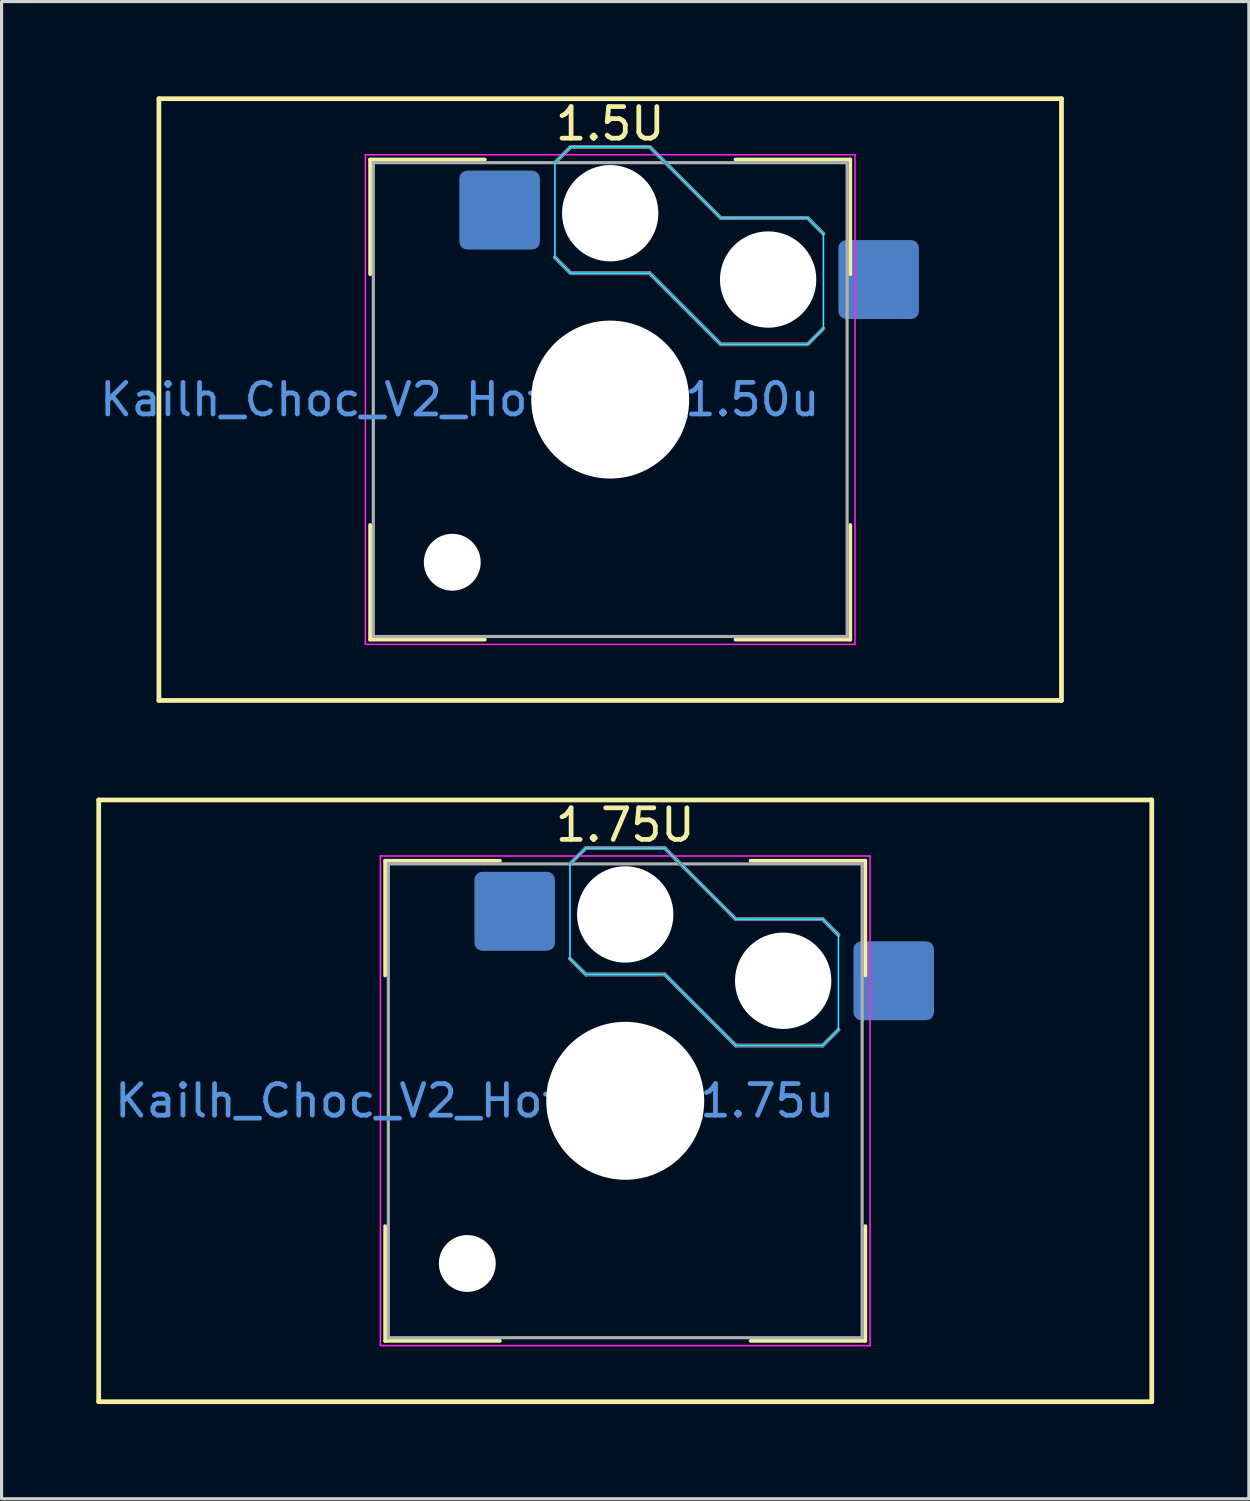
<source format=kicad_pcb>
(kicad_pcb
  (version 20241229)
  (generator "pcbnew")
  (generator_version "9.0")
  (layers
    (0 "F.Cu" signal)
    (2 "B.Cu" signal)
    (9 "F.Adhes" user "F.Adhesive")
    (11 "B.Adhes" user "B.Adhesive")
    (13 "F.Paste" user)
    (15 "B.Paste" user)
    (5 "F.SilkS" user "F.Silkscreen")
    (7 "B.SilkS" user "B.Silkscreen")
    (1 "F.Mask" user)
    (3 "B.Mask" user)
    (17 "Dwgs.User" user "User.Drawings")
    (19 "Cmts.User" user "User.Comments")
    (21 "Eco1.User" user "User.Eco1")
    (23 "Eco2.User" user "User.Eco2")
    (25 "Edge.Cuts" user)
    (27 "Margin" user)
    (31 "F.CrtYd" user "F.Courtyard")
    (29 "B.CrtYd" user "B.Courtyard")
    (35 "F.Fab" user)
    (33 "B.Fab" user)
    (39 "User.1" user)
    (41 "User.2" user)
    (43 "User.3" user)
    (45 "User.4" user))
  (footprint "Kailh_Choc_V2_Hotswap_1.50u"
    (layer "F.Cu")
    (at 16.268 9.6)
    (property "Reference" "Kailh_Choc_V2_Hotswap_1.50u" (at -4.763 0 0) (layer "Cmts.User") (effects (font (size 1 1) (thickness 0.15))))
    (attr smd)
    (fp_line (start -14.287 -9.525) (end 14.287 -9.525) (stroke (width 0.15) (type solid)) (layer "F.SilkS"))
    (fp_line (start -14.287 9.525) (end -14.287 -9.525) (stroke (width 0.15) (type solid)) (layer "F.SilkS"))
    (fp_line (start -7.6 -3.969) (end -7.6 -7.6) (stroke (width 0.12) (type solid)) (layer "F.SilkS"))
    (fp_line (start -7.6 7.6) (end -7.6 3.969) (stroke (width 0.12) (type solid)) (layer "F.SilkS"))
    (fp_line (start -3.969 -7.6) (end -7.6 -7.6) (stroke (width 0.12) (type solid)) (layer "F.SilkS"))
    (fp_line (start -3.969 7.6) (end -7.6 7.6) (stroke (width 0.12) (type solid)) (layer "F.SilkS"))
    (fp_line (start 7.6 -7.6) (end 3.969 -7.6) (stroke (width 0.12) (type solid)) (layer "F.SilkS"))
    (fp_line (start 7.6 -3.969) (end 7.6 -7.6) (stroke (width 0.12) (type solid)) (layer "F.SilkS"))
    (fp_line (start 7.6 7.6) (end 3.969 7.6) (stroke (width 0.12) (type solid)) (layer "F.SilkS"))
    (fp_line (start 7.6 7.6) (end 7.6 3.969) (stroke (width 0.12) (type solid)) (layer "F.SilkS"))
    (fp_line (start 14.287 -9.525) (end 14.287 9.525) (stroke (width 0.15) (type solid)) (layer "F.SilkS"))
    (fp_line (start 14.287 9.525) (end -14.287 9.525) (stroke (width 0.15) (type solid)) (layer "F.SilkS"))
    (fp_line (start -1.75 -7.5) (end -1.25 -8) (stroke (width 0.12) (type solid)) (layer "B.SilkS"))
    (fp_line (start -1.25 -8) (end 1.25 -8) (stroke (width 0.12) (type solid)) (layer "B.SilkS"))
    (fp_line (start -1.25 -4) (end -1.75 -4.5) (stroke (width 0.12) (type solid)) (layer "B.SilkS"))
    (fp_line (start 1.25 -8) (end 3.5 -5.75) (stroke (width 0.12) (type solid)) (layer "B.SilkS"))
    (fp_line (start 1.25 -4) (end -1.25 -4) (stroke (width 0.12) (type solid)) (layer "B.SilkS"))
    (fp_line (start 3.5 -5.75) (end 6.25 -5.75) (stroke (width 0.12) (type solid)) (layer "B.SilkS"))
    (fp_line (start 3.5 -1.75) (end 1.25 -4) (stroke (width 0.12) (type solid)) (layer "B.SilkS"))
    (fp_line (start 6.25 -5.75) (end 6.75 -5.25) (stroke (width 0.12) (type solid)) (layer "B.SilkS"))
    (fp_line (start 6.25 -1.75) (end 3.5 -1.75) (stroke (width 0.12) (type solid)) (layer "B.SilkS"))
    (fp_line (start 6.75 -2.25) (end 6.25 -1.75) (stroke (width 0.12) (type solid)) (layer "B.SilkS"))
    (fp_line (start -7.25 -7.25) (end -7.25 7.25) (stroke (width 0.1) (type solid)) (layer "Eco1.User"))
    (fp_line (start -7.25 7.25) (end 7.25 7.25) (stroke (width 0.1) (type solid)) (layer "Eco1.User"))
    (fp_line (start 7.25 -7.25) (end -7.25 -7.25) (stroke (width 0.1) (type solid)) (layer "Eco1.User"))
    (fp_line (start 7.25 7.25) (end 7.25 -7.25) (stroke (width 0.1) (type solid)) (layer "Eco1.User"))
    (fp_line (start -1.75 -7.5) (end -1.25 -8) (stroke (width 0.05) (type solid)) (layer "B.CrtYd"))
    (fp_line (start -1.75 -4.5) (end -1.75 -7.5) (stroke (width 0.05) (type solid)) (layer "B.CrtYd"))
    (fp_line (start -1.25 -8) (end 1.25 -8) (stroke (width 0.05) (type solid)) (layer "B.CrtYd"))
    (fp_line (start -1.25 -4) (end -1.75 -4.5) (stroke (width 0.05) (type solid)) (layer "B.CrtYd"))
    (fp_line (start 1.25 -8) (end 3.5 -5.75) (stroke (width 0.05) (type solid)) (layer "B.CrtYd"))
    (fp_line (start 1.25 -4) (end -1.25 -4) (stroke (width 0.05) (type solid)) (layer "B.CrtYd"))
    (fp_line (start 3.5 -5.75) (end 6.25 -5.75) (stroke (width 0.05) (type solid)) (layer "B.CrtYd"))
    (fp_line (start 3.5 -1.75) (end 1.25 -4) (stroke (width 0.05) (type solid)) (layer "B.CrtYd"))
    (fp_line (start 6.25 -5.75) (end 6.75 -5.25) (stroke (width 0.05) (type solid)) (layer "B.CrtYd"))
    (fp_line (start 6.25 -1.75) (end 3.5 -1.75) (stroke (width 0.05) (type solid)) (layer "B.CrtYd"))
    (fp_line (start 6.75 -5.25) (end 6.75 -2.25) (stroke (width 0.05) (type solid)) (layer "B.CrtYd"))
    (fp_line (start 6.75 -2.25) (end 6.25 -1.75) (stroke (width 0.05) (type solid)) (layer "B.CrtYd"))
    (fp_line (start -7.75 -7.75) (end -7.75 7.75) (stroke (width 0.05) (type solid)) (layer "F.CrtYd"))
    (fp_line (start -7.75 7.75) (end 7.75 7.75) (stroke (width 0.05) (type solid)) (layer "F.CrtYd"))
    (fp_line (start 7.75 -7.75) (end -7.75 -7.75) (stroke (width 0.05) (type solid)) (layer "F.CrtYd"))
    (fp_line (start 7.75 7.75) (end 7.75 -7.75) (stroke (width 0.05) (type solid)) (layer "F.CrtYd"))
    (fp_line (start -1.75 -7.5) (end -1.25 -8) (stroke (width 0.1) (type solid)) (layer "B.Fab"))
    (fp_line (start -1.25 -8) (end 1.25 -8) (stroke (width 0.1) (type solid)) (layer "B.Fab"))
    (fp_line (start -1.25 -4) (end -1.75 -4.5) (stroke (width 0.1) (type solid)) (layer "B.Fab"))
    (fp_line (start 1.25 -8) (end 3.5 -5.75) (stroke (width 0.1) (type solid)) (layer "B.Fab"))
    (fp_line (start 1.25 -4) (end -1.25 -4) (stroke (width 0.1) (type solid)) (layer "B.Fab"))
    (fp_line (start 3.5 -5.75) (end 6.25 -5.75) (stroke (width 0.1) (type solid)) (layer "B.Fab"))
    (fp_line (start 3.5 -1.75) (end 1.25 -4) (stroke (width 0.1) (type solid)) (layer "B.Fab"))
    (fp_line (start 6.25 -5.75) (end 6.75 -5.25) (stroke (width 0.1) (type solid)) (layer "B.Fab"))
    (fp_line (start 6.25 -1.75) (end 3.5 -1.75) (stroke (width 0.1) (type solid)) (layer "B.Fab"))
    (fp_line (start 6.75 -2.25) (end 6.25 -1.75) (stroke (width 0.1) (type solid)) (layer "B.Fab"))
    (fp_line (start -7.5 -7.5) (end -7.5 7.5) (stroke (width 0.1) (type solid)) (layer "F.Fab"))
    (fp_line (start -7.5 7.5) (end 7.5 7.5) (stroke (width 0.1) (type solid)) (layer "F.Fab"))
    (fp_line (start 7.5 -7.5) (end -7.5 -7.5) (stroke (width 0.1) (type solid)) (layer "F.Fab"))
    (fp_line (start 7.5 7.5) (end 7.5 -7.5) (stroke (width 0.1) (type solid)) (layer "F.Fab"))
    (fp_text user "1.5U" (at 0 -8.731 0) (unlocked yes) (layer "F.SilkS") (effects (font (size 1 1) (thickness 0.15))))
    (pad "" np_thru_hole circle (at -5 5.15) (size 1.8 1.8) (drill 1.8) (layers "*.Cu" "*.Mask"))
    (pad "" np_thru_hole circle (at 0 -5.9) (size 3.05 3.05) (drill 3.05) (layers "*.Cu" "*.Mask"))
    (pad "" np_thru_hole circle (at 0 0) (size 5 5) (drill 5) (layers "*.Cu" "*.Mask"))
    (pad "" np_thru_hole circle (at 5 -3.8) (size 3.05 3.05) (drill 3.05) (layers "*.Cu" "*.Mask"))
    (pad "1" smd roundrect (at -3.5 -6) (size 2.55 2.5) (layers "B.Cu" "B.Mask" "B.Paste") (roundrect_rratio 0.1))
    (pad "2" smd roundrect (at 8.5 -3.8) (size 2.55 2.5) (layers "B.Cu" "B.Mask" "B.Paste") (roundrect_rratio 0.1)))
  (footprint "Kailh_Choc_V2_Hotswap_1.75u"
    (layer "F.Cu")
    (at 16.744 31.8)
    (property "Reference" "Kailh_Choc_V2_Hotswap_1.75u" (at -4.763 0 0) (layer "Cmts.User") (effects (font (size 1 1) (thickness 0.15))))
    (attr smd)
    (fp_line (start -16.669 -9.525) (end 16.669 -9.525) (stroke (width 0.15) (type solid)) (layer "F.SilkS"))
    (fp_line (start -16.669 9.525) (end -16.669 -9.525) (stroke (width 0.15) (type solid)) (layer "F.SilkS"))
    (fp_line (start -7.6 -3.969) (end -7.6 -7.6) (stroke (width 0.12) (type solid)) (layer "F.SilkS"))
    (fp_line (start -7.6 7.6) (end -7.6 3.969) (stroke (width 0.12) (type solid)) (layer "F.SilkS"))
    (fp_line (start -3.969 -7.6) (end -7.6 -7.6) (stroke (width 0.12) (type solid)) (layer "F.SilkS"))
    (fp_line (start -3.969 7.6) (end -7.6 7.6) (stroke (width 0.12) (type solid)) (layer "F.SilkS"))
    (fp_line (start 7.6 -7.6) (end 3.969 -7.6) (stroke (width 0.12) (type solid)) (layer "F.SilkS"))
    (fp_line (start 7.6 -3.969) (end 7.6 -7.6) (stroke (width 0.12) (type solid)) (layer "F.SilkS"))
    (fp_line (start 7.6 7.6) (end 3.969 7.6) (stroke (width 0.12) (type solid)) (layer "F.SilkS"))
    (fp_line (start 7.6 7.6) (end 7.6 3.969) (stroke (width 0.12) (type solid)) (layer "F.SilkS"))
    (fp_line (start 16.669 -9.525) (end 16.669 9.525) (stroke (width 0.15) (type solid)) (layer "F.SilkS"))
    (fp_line (start 16.669 9.525) (end -16.669 9.525) (stroke (width 0.15) (type solid)) (layer "F.SilkS"))
    (fp_line (start -1.75 -7.5) (end -1.25 -8) (stroke (width 0.12) (type solid)) (layer "B.SilkS"))
    (fp_line (start -1.25 -8) (end 1.25 -8) (stroke (width 0.12) (type solid)) (layer "B.SilkS"))
    (fp_line (start -1.25 -4) (end -1.75 -4.5) (stroke (width 0.12) (type solid)) (layer "B.SilkS"))
    (fp_line (start 1.25 -8) (end 3.5 -5.75) (stroke (width 0.12) (type solid)) (layer "B.SilkS"))
    (fp_line (start 1.25 -4) (end -1.25 -4) (stroke (width 0.12) (type solid)) (layer "B.SilkS"))
    (fp_line (start 3.5 -5.75) (end 6.25 -5.75) (stroke (width 0.12) (type solid)) (layer "B.SilkS"))
    (fp_line (start 3.5 -1.75) (end 1.25 -4) (stroke (width 0.12) (type solid)) (layer "B.SilkS"))
    (fp_line (start 6.25 -5.75) (end 6.75 -5.25) (stroke (width 0.12) (type solid)) (layer "B.SilkS"))
    (fp_line (start 6.25 -1.75) (end 3.5 -1.75) (stroke (width 0.12) (type solid)) (layer "B.SilkS"))
    (fp_line (start 6.75 -2.25) (end 6.25 -1.75) (stroke (width 0.12) (type solid)) (layer "B.SilkS"))
    (fp_line (start -7.25 -7.25) (end -7.25 7.25) (stroke (width 0.1) (type solid)) (layer "Eco1.User"))
    (fp_line (start -7.25 7.25) (end 7.25 7.25) (stroke (width 0.1) (type solid)) (layer "Eco1.User"))
    (fp_line (start 7.25 -7.25) (end -7.25 -7.25) (stroke (width 0.1) (type solid)) (layer "Eco1.User"))
    (fp_line (start 7.25 7.25) (end 7.25 -7.25) (stroke (width 0.1) (type solid)) (layer "Eco1.User"))
    (fp_line (start -1.75 -7.5) (end -1.25 -8) (stroke (width 0.05) (type solid)) (layer "B.CrtYd"))
    (fp_line (start -1.75 -4.5) (end -1.75 -7.5) (stroke (width 0.05) (type solid)) (layer "B.CrtYd"))
    (fp_line (start -1.25 -8) (end 1.25 -8) (stroke (width 0.05) (type solid)) (layer "B.CrtYd"))
    (fp_line (start -1.25 -4) (end -1.75 -4.5) (stroke (width 0.05) (type solid)) (layer "B.CrtYd"))
    (fp_line (start 1.25 -8) (end 3.5 -5.75) (stroke (width 0.05) (type solid)) (layer "B.CrtYd"))
    (fp_line (start 1.25 -4) (end -1.25 -4) (stroke (width 0.05) (type solid)) (layer "B.CrtYd"))
    (fp_line (start 3.5 -5.75) (end 6.25 -5.75) (stroke (width 0.05) (type solid)) (layer "B.CrtYd"))
    (fp_line (start 3.5 -1.75) (end 1.25 -4) (stroke (width 0.05) (type solid)) (layer "B.CrtYd"))
    (fp_line (start 6.25 -5.75) (end 6.75 -5.25) (stroke (width 0.05) (type solid)) (layer "B.CrtYd"))
    (fp_line (start 6.25 -1.75) (end 3.5 -1.75) (stroke (width 0.05) (type solid)) (layer "B.CrtYd"))
    (fp_line (start 6.75 -5.25) (end 6.75 -2.25) (stroke (width 0.05) (type solid)) (layer "B.CrtYd"))
    (fp_line (start 6.75 -2.25) (end 6.25 -1.75) (stroke (width 0.05) (type solid)) (layer "B.CrtYd"))
    (fp_line (start -7.75 -7.75) (end -7.75 7.75) (stroke (width 0.05) (type solid)) (layer "F.CrtYd"))
    (fp_line (start -7.75 7.75) (end 7.75 7.75) (stroke (width 0.05) (type solid)) (layer "F.CrtYd"))
    (fp_line (start 7.75 -7.75) (end -7.75 -7.75) (stroke (width 0.05) (type solid)) (layer "F.CrtYd"))
    (fp_line (start 7.75 7.75) (end 7.75 -7.75) (stroke (width 0.05) (type solid)) (layer "F.CrtYd"))
    (fp_line (start -1.75 -7.5) (end -1.25 -8) (stroke (width 0.1) (type solid)) (layer "B.Fab"))
    (fp_line (start -1.25 -8) (end 1.25 -8) (stroke (width 0.1) (type solid)) (layer "B.Fab"))
    (fp_line (start -1.25 -4) (end -1.75 -4.5) (stroke (width 0.1) (type solid)) (layer "B.Fab"))
    (fp_line (start 1.25 -8) (end 3.5 -5.75) (stroke (width 0.1) (type solid)) (layer "B.Fab"))
    (fp_line (start 1.25 -4) (end -1.25 -4) (stroke (width 0.1) (type solid)) (layer "B.Fab"))
    (fp_line (start 3.5 -5.75) (end 6.25 -5.75) (stroke (width 0.1) (type solid)) (layer "B.Fab"))
    (fp_line (start 3.5 -1.75) (end 1.25 -4) (stroke (width 0.1) (type solid)) (layer "B.Fab"))
    (fp_line (start 6.25 -5.75) (end 6.75 -5.25) (stroke (width 0.1) (type solid)) (layer "B.Fab"))
    (fp_line (start 6.25 -1.75) (end 3.5 -1.75) (stroke (width 0.1) (type solid)) (layer "B.Fab"))
    (fp_line (start 6.75 -2.25) (end 6.25 -1.75) (stroke (width 0.1) (type solid)) (layer "B.Fab"))
    (fp_line (start -7.5 -7.5) (end -7.5 7.5) (stroke (width 0.1) (type solid)) (layer "F.Fab"))
    (fp_line (start -7.5 7.5) (end 7.5 7.5) (stroke (width 0.1) (type solid)) (layer "F.Fab"))
    (fp_line (start 7.5 -7.5) (end -7.5 -7.5) (stroke (width 0.1) (type solid)) (layer "F.Fab"))
    (fp_line (start 7.5 7.5) (end 7.5 -7.5) (stroke (width 0.1) (type solid)) (layer "F.Fab"))
    (fp_text user "1.75U" (at 0 -8.731 0) (unlocked yes) (layer "F.SilkS") (effects (font (size 1 1) (thickness 0.15))))
    (pad "" np_thru_hole circle (at -5 5.15) (size 1.8 1.8) (drill 1.8) (layers "*.Cu" "*.Mask"))
    (pad "" np_thru_hole circle (at 0 -5.9) (size 3.05 3.05) (drill 3.05) (layers "*.Cu" "*.Mask"))
    (pad "" np_thru_hole circle (at 0 0) (size 5 5) (drill 5) (layers "*.Cu" "*.Mask"))
    (pad "" np_thru_hole circle (at 5 -3.8) (size 3.05 3.05) (drill 3.05) (layers "*.Cu" "*.Mask"))
    (pad "1" smd roundrect (at -3.5 -6) (size 2.55 2.5) (layers "B.Cu" "B.Mask" "B.Paste") (roundrect_rratio 0.1))
    (pad "2" smd roundrect (at 8.5 -3.8) (size 2.55 2.5) (layers "B.Cu" "B.Mask" "B.Paste") (roundrect_rratio 0.1)))
  (gr_rect
    (start -3 -3)
    (end 36.487 44.4)
    (stroke (width 0.1) (type default))
    (fill no)
    (layer "Edge.Cuts")))
</source>
